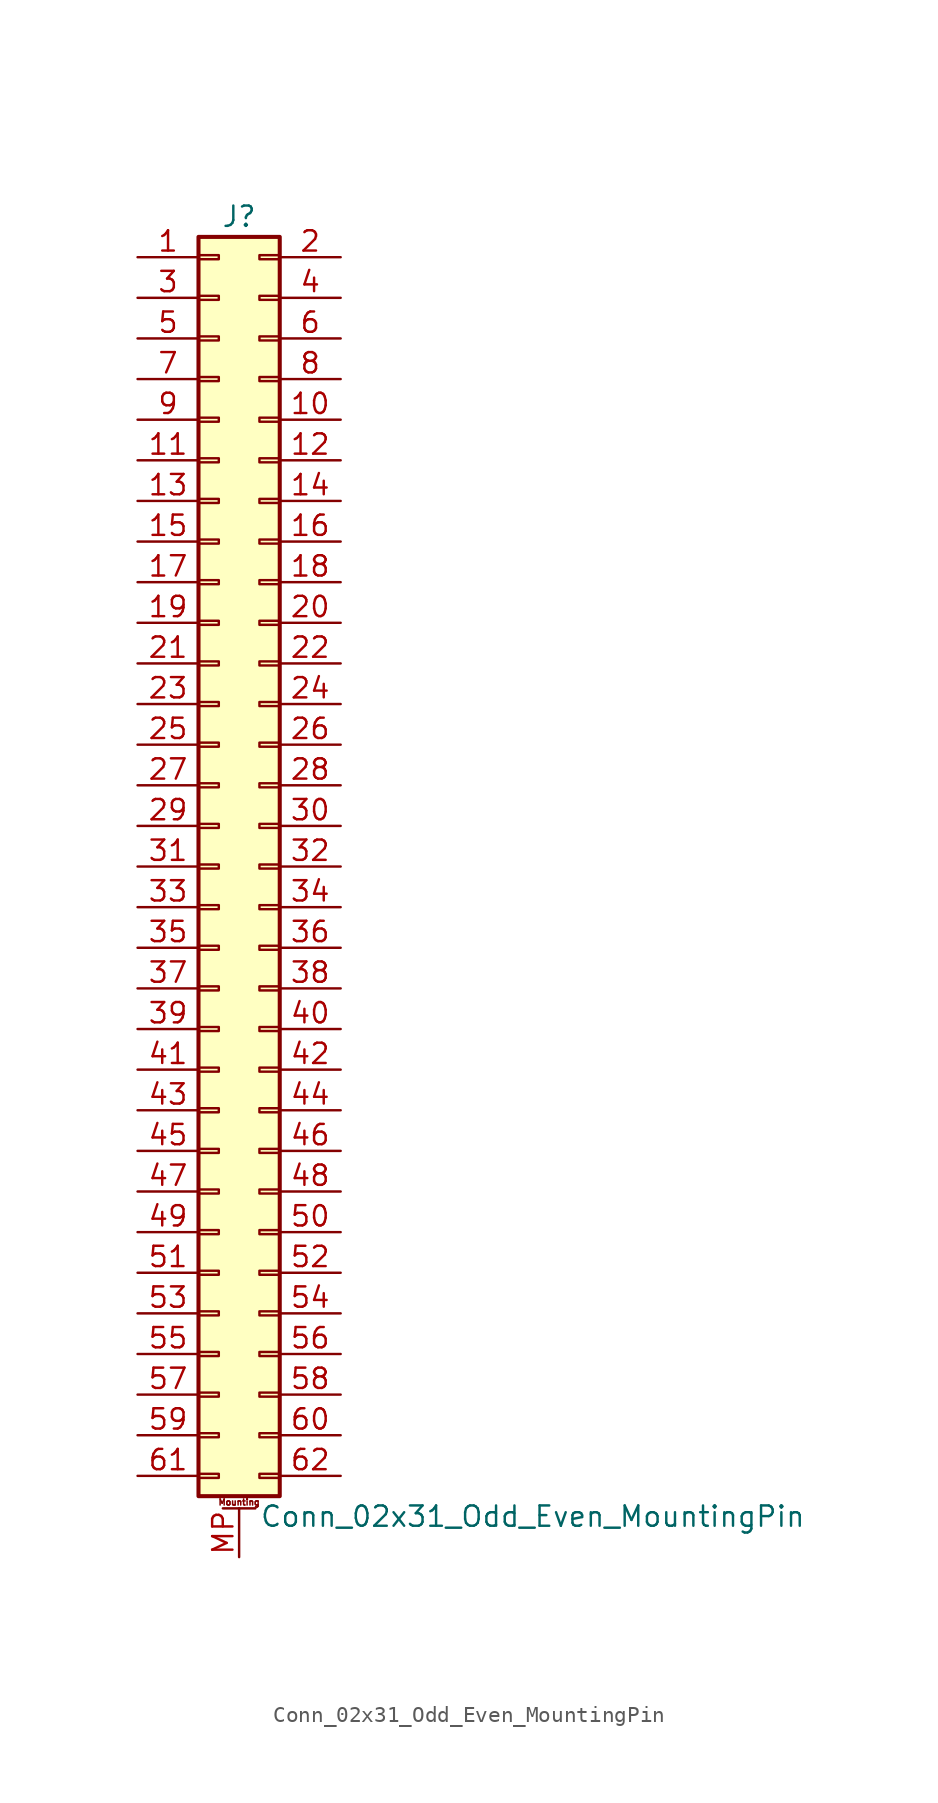
<source format=kicad_sym>
(kicad_symbol_lib
  (version 20220914)
  (generator kicad_symbol_editor)
  (symbol "Conn_02x31_Odd_Even_MountingPin"
    (pin_names
      (offset 1.016) hide)
    (property "Reference" "J"
      (at 1.27 40.64 0)
      (effects (font (size 1.27 1.27))))
    (property "Value" "Conn_02x31_Odd_Even_MountingPin"
      (at 2.54 -40.64 0)
      (effects (font (size 1.27 1.27)) (justify left)))
    (symbol "Conn_02x31_Odd_Even_MountingPin_1_1"
      (rectangle (start -1.27 -37.973) (end 0 -38.227) (stroke (width 0.152) (type default)) (fill (type none)))
      (rectangle (start -1.27 -35.433) (end 0 -35.687) (stroke (width 0.152) (type default)) (fill (type none)))
      (rectangle (start -1.27 -32.893) (end 0 -33.147) (stroke (width 0.152) (type default)) (fill (type none)))
      (rectangle (start -1.27 -30.353) (end 0 -30.607) (stroke (width 0.152) (type default)) (fill (type none)))
      (rectangle (start -1.27 -27.813) (end 0 -28.067) (stroke (width 0.152) (type default)) (fill (type none)))
      (rectangle (start -1.27 -25.273) (end 0 -25.527) (stroke (width 0.152) (type default)) (fill (type none)))
      (rectangle (start -1.27 -22.733) (end 0 -22.987) (stroke (width 0.152) (type default)) (fill (type none)))
      (rectangle (start -1.27 -20.193) (end 0 -20.447) (stroke (width 0.152) (type default)) (fill (type none)))
      (rectangle (start -1.27 -17.653) (end 0 -17.907) (stroke (width 0.152) (type default)) (fill (type none)))
      (rectangle (start -1.27 -15.113) (end 0 -15.367) (stroke (width 0.152) (type default)) (fill (type none)))
      (rectangle (start -1.27 -12.573) (end 0 -12.827) (stroke (width 0.152) (type default)) (fill (type none)))
      (rectangle (start -1.27 -10.033) (end 0 -10.287) (stroke (width 0.152) (type default)) (fill (type none)))
      (rectangle (start -1.27 -7.493) (end 0 -7.747) (stroke (width 0.152) (type default)) (fill (type none)))
      (rectangle (start -1.27 -4.953) (end 0 -5.207) (stroke (width 0.152) (type default)) (fill (type none)))
      (rectangle (start -1.27 -2.413) (end 0 -2.667) (stroke (width 0.152) (type default)) (fill (type none)))
      (rectangle (start -1.27 0.127) (end 0 -0.127) (stroke (width 0.152) (type default)) (fill (type none)))
      (rectangle (start -1.27 2.667) (end 0 2.413) (stroke (width 0.152) (type default)) (fill (type none)))
      (rectangle (start -1.27 5.207) (end 0 4.953) (stroke (width 0.152) (type default)) (fill (type none)))
      (rectangle (start -1.27 7.747) (end 0 7.493) (stroke (width 0.152) (type default)) (fill (type none)))
      (rectangle (start -1.27 10.287) (end 0 10.033) (stroke (width 0.152) (type default)) (fill (type none)))
      (rectangle (start -1.27 12.827) (end 0 12.573) (stroke (width 0.152) (type default)) (fill (type none)))
      (rectangle (start -1.27 15.367) (end 0 15.113) (stroke (width 0.152) (type default)) (fill (type none)))
      (rectangle (start -1.27 17.907) (end 0 17.653) (stroke (width 0.152) (type default)) (fill (type none)))
      (rectangle (start -1.27 20.447) (end 0 20.193) (stroke (width 0.152) (type default)) (fill (type none)))
      (rectangle (start -1.27 22.987) (end 0 22.733) (stroke (width 0.152) (type default)) (fill (type none)))
      (rectangle (start -1.27 25.527) (end 0 25.273) (stroke (width 0.152) (type default)) (fill (type none)))
      (rectangle (start -1.27 28.067) (end 0 27.813) (stroke (width 0.152) (type default)) (fill (type none)))
      (rectangle (start -1.27 30.607) (end 0 30.353) (stroke (width 0.152) (type default)) (fill (type none)))
      (rectangle (start -1.27 33.147) (end 0 32.893) (stroke (width 0.152) (type default)) (fill (type none)))
      (rectangle (start -1.27 35.687) (end 0 35.433) (stroke (width 0.152) (type default)) (fill (type none)))
      (rectangle (start -1.27 38.227) (end 0 37.973) (stroke (width 0.152) (type default)) (fill (type none)))
      (rectangle (start -1.27 39.37) (end 3.81 -39.37) (stroke (width 0.254) (type default)) (fill (type background)))
      (polyline (pts (xy 0.254 -40.132) (xy 2.286 -40.132)) (stroke (width 0.152) (type default)) (fill (type none)))
      (rectangle (start 3.81 -37.973) (end 2.54 -38.227) (stroke (width 0.152) (type default)) (fill (type none)))
      (rectangle (start 3.81 -35.433) (end 2.54 -35.687) (stroke (width 0.152) (type default)) (fill (type none)))
      (rectangle (start 3.81 -32.893) (end 2.54 -33.147) (stroke (width 0.152) (type default)) (fill (type none)))
      (rectangle (start 3.81 -30.353) (end 2.54 -30.607) (stroke (width 0.152) (type default)) (fill (type none)))
      (rectangle (start 3.81 -27.813) (end 2.54 -28.067) (stroke (width 0.152) (type default)) (fill (type none)))
      (rectangle (start 3.81 -25.273) (end 2.54 -25.527) (stroke (width 0.152) (type default)) (fill (type none)))
      (rectangle (start 3.81 -22.733) (end 2.54 -22.987) (stroke (width 0.152) (type default)) (fill (type none)))
      (rectangle (start 3.81 -20.193) (end 2.54 -20.447) (stroke (width 0.152) (type default)) (fill (type none)))
      (rectangle (start 3.81 -17.653) (end 2.54 -17.907) (stroke (width 0.152) (type default)) (fill (type none)))
      (rectangle (start 3.81 -15.113) (end 2.54 -15.367) (stroke (width 0.152) (type default)) (fill (type none)))
      (rectangle (start 3.81 -12.573) (end 2.54 -12.827) (stroke (width 0.152) (type default)) (fill (type none)))
      (rectangle (start 3.81 -10.033) (end 2.54 -10.287) (stroke (width 0.152) (type default)) (fill (type none)))
      (rectangle (start 3.81 -7.493) (end 2.54 -7.747) (stroke (width 0.152) (type default)) (fill (type none)))
      (rectangle (start 3.81 -4.953) (end 2.54 -5.207) (stroke (width 0.152) (type default)) (fill (type none)))
      (rectangle (start 3.81 -2.413) (end 2.54 -2.667) (stroke (width 0.152) (type default)) (fill (type none)))
      (rectangle (start 3.81 0.127) (end 2.54 -0.127) (stroke (width 0.152) (type default)) (fill (type none)))
      (rectangle (start 3.81 2.667) (end 2.54 2.413) (stroke (width 0.152) (type default)) (fill (type none)))
      (rectangle (start 3.81 5.207) (end 2.54 4.953) (stroke (width 0.152) (type default)) (fill (type none)))
      (rectangle (start 3.81 7.747) (end 2.54 7.493) (stroke (width 0.152) (type default)) (fill (type none)))
      (rectangle (start 3.81 10.287) (end 2.54 10.033) (stroke (width 0.152) (type default)) (fill (type none)))
      (rectangle (start 3.81 12.827) (end 2.54 12.573) (stroke (width 0.152) (type default)) (fill (type none)))
      (rectangle (start 3.81 15.367) (end 2.54 15.113) (stroke (width 0.152) (type default)) (fill (type none)))
      (rectangle (start 3.81 17.907) (end 2.54 17.653) (stroke (width 0.152) (type default)) (fill (type none)))
      (rectangle (start 3.81 20.447) (end 2.54 20.193) (stroke (width 0.152) (type default)) (fill (type none)))
      (rectangle (start 3.81 22.987) (end 2.54 22.733) (stroke (width 0.152) (type default)) (fill (type none)))
      (rectangle (start 3.81 25.527) (end 2.54 25.273) (stroke (width 0.152) (type default)) (fill (type none)))
      (rectangle (start 3.81 28.067) (end 2.54 27.813) (stroke (width 0.152) (type default)) (fill (type none)))
      (rectangle (start 3.81 30.607) (end 2.54 30.353) (stroke (width 0.152) (type default)) (fill (type none)))
      (rectangle (start 3.81 33.147) (end 2.54 32.893) (stroke (width 0.152) (type default)) (fill (type none)))
      (rectangle (start 3.81 35.687) (end 2.54 35.433) (stroke (width 0.152) (type default)) (fill (type none)))
      (rectangle (start 3.81 38.227) (end 2.54 37.973) (stroke (width 0.152) (type default)) (fill (type none)))
      (text "Mounting" (at 1.27 -39.751 0) (effects (font (size 0.381 0.381))))
      (pin passive line (at -5.08 38.1 0) (length 3.81) (name "Pin_1" (effects (font (size 1.27 1.27)))) (number "1" (effects (font (size 1.27 1.27)))))
      (pin passive line (at 7.62 27.94 180) (length 3.81) (name "Pin_10" (effects (font (size 1.27 1.27)))) (number "10" (effects (font (size 1.27 1.27)))))
      (pin passive line (at -5.08 25.4 0) (length 3.81) (name "Pin_11" (effects (font (size 1.27 1.27)))) (number "11" (effects (font (size 1.27 1.27)))))
      (pin passive line (at 7.62 25.4 180) (length 3.81) (name "Pin_12" (effects (font (size 1.27 1.27)))) (number "12" (effects (font (size 1.27 1.27)))))
      (pin passive line (at -5.08 22.86 0) (length 3.81) (name "Pin_13" (effects (font (size 1.27 1.27)))) (number "13" (effects (font (size 1.27 1.27)))))
      (pin passive line (at 7.62 22.86 180) (length 3.81) (name "Pin_14" (effects (font (size 1.27 1.27)))) (number "14" (effects (font (size 1.27 1.27)))))
      (pin passive line (at -5.08 20.32 0) (length 3.81) (name "Pin_15" (effects (font (size 1.27 1.27)))) (number "15" (effects (font (size 1.27 1.27)))))
      (pin passive line (at 7.62 20.32 180) (length 3.81) (name "Pin_16" (effects (font (size 1.27 1.27)))) (number "16" (effects (font (size 1.27 1.27)))))
      (pin passive line (at -5.08 17.78 0) (length 3.81) (name "Pin_17" (effects (font (size 1.27 1.27)))) (number "17" (effects (font (size 1.27 1.27)))))
      (pin passive line (at 7.62 17.78 180) (length 3.81) (name "Pin_18" (effects (font (size 1.27 1.27)))) (number "18" (effects (font (size 1.27 1.27)))))
      (pin passive line (at -5.08 15.24 0) (length 3.81) (name "Pin_19" (effects (font (size 1.27 1.27)))) (number "19" (effects (font (size 1.27 1.27)))))
      (pin passive line (at 7.62 38.1 180) (length 3.81) (name "Pin_2" (effects (font (size 1.27 1.27)))) (number "2" (effects (font (size 1.27 1.27)))))
      (pin passive line (at 7.62 15.24 180) (length 3.81) (name "Pin_20" (effects (font (size 1.27 1.27)))) (number "20" (effects (font (size 1.27 1.27)))))
      (pin passive line (at -5.08 12.7 0) (length 3.81) (name "Pin_21" (effects (font (size 1.27 1.27)))) (number "21" (effects (font (size 1.27 1.27)))))
      (pin passive line (at 7.62 12.7 180) (length 3.81) (name "Pin_22" (effects (font (size 1.27 1.27)))) (number "22" (effects (font (size 1.27 1.27)))))
      (pin passive line (at -5.08 10.16 0) (length 3.81) (name "Pin_23" (effects (font (size 1.27 1.27)))) (number "23" (effects (font (size 1.27 1.27)))))
      (pin passive line (at 7.62 10.16 180) (length 3.81) (name "Pin_24" (effects (font (size 1.27 1.27)))) (number "24" (effects (font (size 1.27 1.27)))))
      (pin passive line (at -5.08 7.62 0) (length 3.81) (name "Pin_25" (effects (font (size 1.27 1.27)))) (number "25" (effects (font (size 1.27 1.27)))))
      (pin passive line (at 7.62 7.62 180) (length 3.81) (name "Pin_26" (effects (font (size 1.27 1.27)))) (number "26" (effects (font (size 1.27 1.27)))))
      (pin passive line (at -5.08 5.08 0) (length 3.81) (name "Pin_27" (effects (font (size 1.27 1.27)))) (number "27" (effects (font (size 1.27 1.27)))))
      (pin passive line (at 7.62 5.08 180) (length 3.81) (name "Pin_28" (effects (font (size 1.27 1.27)))) (number "28" (effects (font (size 1.27 1.27)))))
      (pin passive line (at -5.08 2.54 0) (length 3.81) (name "Pin_29" (effects (font (size 1.27 1.27)))) (number "29" (effects (font (size 1.27 1.27)))))
      (pin passive line (at -5.08 35.56 0) (length 3.81) (name "Pin_3" (effects (font (size 1.27 1.27)))) (number "3" (effects (font (size 1.27 1.27)))))
      (pin passive line (at 7.62 2.54 180) (length 3.81) (name "Pin_30" (effects (font (size 1.27 1.27)))) (number "30" (effects (font (size 1.27 1.27)))))
      (pin passive line (at -5.08 0 0) (length 3.81) (name "Pin_31" (effects (font (size 1.27 1.27)))) (number "31" (effects (font (size 1.27 1.27)))))
      (pin passive line (at 7.62 0 180) (length 3.81) (name "Pin_32" (effects (font (size 1.27 1.27)))) (number "32" (effects (font (size 1.27 1.27)))))
      (pin passive line (at -5.08 -2.54 0) (length 3.81) (name "Pin_33" (effects (font (size 1.27 1.27)))) (number "33" (effects (font (size 1.27 1.27)))))
      (pin passive line (at 7.62 -2.54 180) (length 3.81) (name "Pin_34" (effects (font (size 1.27 1.27)))) (number "34" (effects (font (size 1.27 1.27)))))
      (pin passive line (at -5.08 -5.08 0) (length 3.81) (name "Pin_35" (effects (font (size 1.27 1.27)))) (number "35" (effects (font (size 1.27 1.27)))))
      (pin passive line (at 7.62 -5.08 180) (length 3.81) (name "Pin_36" (effects (font (size 1.27 1.27)))) (number "36" (effects (font (size 1.27 1.27)))))
      (pin passive line (at -5.08 -7.62 0) (length 3.81) (name "Pin_37" (effects (font (size 1.27 1.27)))) (number "37" (effects (font (size 1.27 1.27)))))
      (pin passive line (at 7.62 -7.62 180) (length 3.81) (name "Pin_38" (effects (font (size 1.27 1.27)))) (number "38" (effects (font (size 1.27 1.27)))))
      (pin passive line (at -5.08 -10.16 0) (length 3.81) (name "Pin_39" (effects (font (size 1.27 1.27)))) (number "39" (effects (font (size 1.27 1.27)))))
      (pin passive line (at 7.62 35.56 180) (length 3.81) (name "Pin_4" (effects (font (size 1.27 1.27)))) (number "4" (effects (font (size 1.27 1.27)))))
      (pin passive line (at 7.62 -10.16 180) (length 3.81) (name "Pin_40" (effects (font (size 1.27 1.27)))) (number "40" (effects (font (size 1.27 1.27)))))
      (pin passive line (at -5.08 -12.7 0) (length 3.81) (name "Pin_41" (effects (font (size 1.27 1.27)))) (number "41" (effects (font (size 1.27 1.27)))))
      (pin passive line (at 7.62 -12.7 180) (length 3.81) (name "Pin_42" (effects (font (size 1.27 1.27)))) (number "42" (effects (font (size 1.27 1.27)))))
      (pin passive line (at -5.08 -15.24 0) (length 3.81) (name "Pin_43" (effects (font (size 1.27 1.27)))) (number "43" (effects (font (size 1.27 1.27)))))
      (pin passive line (at 7.62 -15.24 180) (length 3.81) (name "Pin_44" (effects (font (size 1.27 1.27)))) (number "44" (effects (font (size 1.27 1.27)))))
      (pin passive line (at -5.08 -17.78 0) (length 3.81) (name "Pin_45" (effects (font (size 1.27 1.27)))) (number "45" (effects (font (size 1.27 1.27)))))
      (pin passive line (at 7.62 -17.78 180) (length 3.81) (name "Pin_46" (effects (font (size 1.27 1.27)))) (number "46" (effects (font (size 1.27 1.27)))))
      (pin passive line (at -5.08 -20.32 0) (length 3.81) (name "Pin_47" (effects (font (size 1.27 1.27)))) (number "47" (effects (font (size 1.27 1.27)))))
      (pin passive line (at 7.62 -20.32 180) (length 3.81) (name "Pin_48" (effects (font (size 1.27 1.27)))) (number "48" (effects (font (size 1.27 1.27)))))
      (pin passive line (at -5.08 -22.86 0) (length 3.81) (name "Pin_49" (effects (font (size 1.27 1.27)))) (number "49" (effects (font (size 1.27 1.27)))))
      (pin passive line (at -5.08 33.02 0) (length 3.81) (name "Pin_5" (effects (font (size 1.27 1.27)))) (number "5" (effects (font (size 1.27 1.27)))))
      (pin passive line (at 7.62 -22.86 180) (length 3.81) (name "Pin_50" (effects (font (size 1.27 1.27)))) (number "50" (effects (font (size 1.27 1.27)))))
      (pin passive line (at -5.08 -25.4 0) (length 3.81) (name "Pin_51" (effects (font (size 1.27 1.27)))) (number "51" (effects (font (size 1.27 1.27)))))
      (pin passive line (at 7.62 -25.4 180) (length 3.81) (name "Pin_52" (effects (font (size 1.27 1.27)))) (number "52" (effects (font (size 1.27 1.27)))))
      (pin passive line (at -5.08 -27.94 0) (length 3.81) (name "Pin_53" (effects (font (size 1.27 1.27)))) (number "53" (effects (font (size 1.27 1.27)))))
      (pin passive line (at 7.62 -27.94 180) (length 3.81) (name "Pin_54" (effects (font (size 1.27 1.27)))) (number "54" (effects (font (size 1.27 1.27)))))
      (pin passive line (at -5.08 -30.48 0) (length 3.81) (name "Pin_55" (effects (font (size 1.27 1.27)))) (number "55" (effects (font (size 1.27 1.27)))))
      (pin passive line (at 7.62 -30.48 180) (length 3.81) (name "Pin_56" (effects (font (size 1.27 1.27)))) (number "56" (effects (font (size 1.27 1.27)))))
      (pin passive line (at -5.08 -33.02 0) (length 3.81) (name "Pin_57" (effects (font (size 1.27 1.27)))) (number "57" (effects (font (size 1.27 1.27)))))
      (pin passive line (at 7.62 -33.02 180) (length 3.81) (name "Pin_58" (effects (font (size 1.27 1.27)))) (number "58" (effects (font (size 1.27 1.27)))))
      (pin passive line (at -5.08 -35.56 0) (length 3.81) (name "Pin_59" (effects (font (size 1.27 1.27)))) (number "59" (effects (font (size 1.27 1.27)))))
      (pin passive line (at 7.62 33.02 180) (length 3.81) (name "Pin_6" (effects (font (size 1.27 1.27)))) (number "6" (effects (font (size 1.27 1.27)))))
      (pin passive line (at 7.62 -35.56 180) (length 3.81) (name "Pin_60" (effects (font (size 1.27 1.27)))) (number "60" (effects (font (size 1.27 1.27)))))
      (pin passive line (at -5.08 -38.1 0) (length 3.81) (name "Pin_61" (effects (font (size 1.27 1.27)))) (number "61" (effects (font (size 1.27 1.27)))))
      (pin passive line (at 7.62 -38.1 180) (length 3.81) (name "Pin_62" (effects (font (size 1.27 1.27)))) (number "62" (effects (font (size 1.27 1.27)))))
      (pin passive line (at -5.08 30.48 0) (length 3.81) (name "Pin_7" (effects (font (size 1.27 1.27)))) (number "7" (effects (font (size 1.27 1.27)))))
      (pin passive line (at 7.62 30.48 180) (length 3.81) (name "Pin_8" (effects (font (size 1.27 1.27)))) (number "8" (effects (font (size 1.27 1.27)))))
      (pin passive line (at -5.08 27.94 0) (length 3.81) (name "Pin_9" (effects (font (size 1.27 1.27)))) (number "9" (effects (font (size 1.27 1.27)))))
      (pin passive line (at 1.27 -43.18 90) (length 3.048) (name "MountPin" (effects (font (size 1.27 1.27)))) (number "MP" (effects (font (size 1.27 1.27))))))))
</source>
